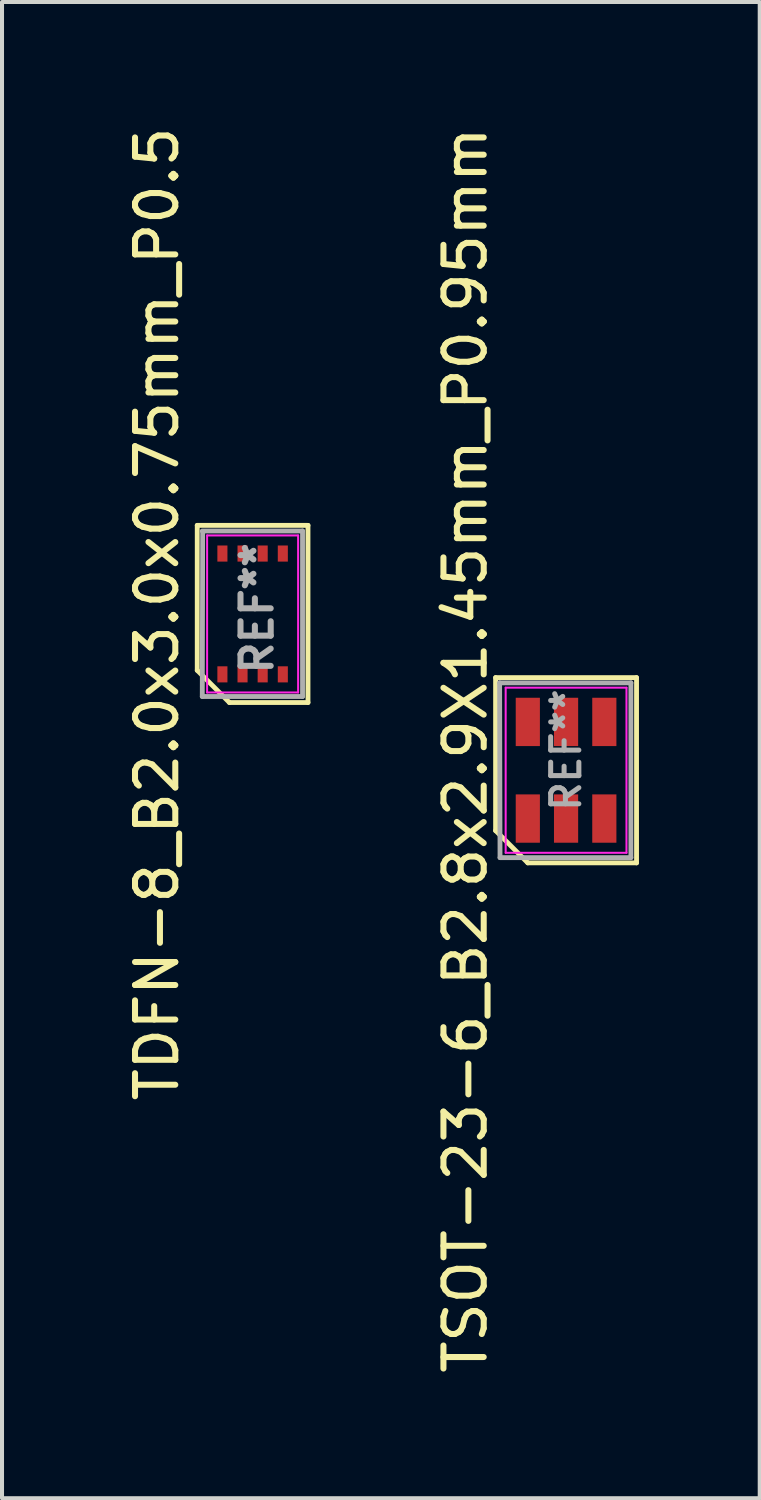
<source format=kicad_pcb>
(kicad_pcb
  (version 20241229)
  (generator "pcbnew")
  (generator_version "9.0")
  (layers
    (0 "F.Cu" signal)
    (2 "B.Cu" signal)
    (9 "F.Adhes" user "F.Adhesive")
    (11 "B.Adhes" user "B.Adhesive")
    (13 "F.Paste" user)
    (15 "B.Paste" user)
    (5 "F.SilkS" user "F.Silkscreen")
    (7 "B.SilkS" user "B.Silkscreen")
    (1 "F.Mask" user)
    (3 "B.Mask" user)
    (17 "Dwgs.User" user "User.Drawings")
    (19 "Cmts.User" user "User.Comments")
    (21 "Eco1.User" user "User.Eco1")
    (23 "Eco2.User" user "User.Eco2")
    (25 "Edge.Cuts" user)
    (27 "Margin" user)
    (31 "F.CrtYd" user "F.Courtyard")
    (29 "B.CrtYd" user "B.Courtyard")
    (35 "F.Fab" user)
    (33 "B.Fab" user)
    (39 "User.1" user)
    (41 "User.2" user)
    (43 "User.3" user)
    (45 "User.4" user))
  (footprint "TSOT-23-6_B2.8x2.9X1.45mm_P0.95mm"
    (layer "F.Cu")
    (at 11.007 16.077)
    (property "Reference" "TSOT-23-6_B2.8x2.9X1.45mm_P0.95mm" (at -2.5 -0.5 270) (layer "F.SilkS") (effects (font (size 1 1) (thickness 0.15))))
    (attr smd)
    (fp_line (start -1.75 -2.3) (end 1.75 -2.3) (stroke (width 0.12) (type solid)) (layer "F.SilkS"))
    (fp_line (start -1.75 1.5) (end -1.75 -2.3) (stroke (width 0.12) (type solid)) (layer "F.SilkS"))
    (fp_line (start -0.95 2.3) (end -1.75 1.5) (stroke (width 0.12) (type solid)) (layer "F.SilkS"))
    (fp_line (start 1.75 -2.3) (end 1.75 2.3) (stroke (width 0.12) (type solid)) (layer "F.SilkS"))
    (fp_line (start 1.75 2.3) (end -0.95 2.3) (stroke (width 0.12) (type solid)) (layer "F.SilkS"))
    (fp_line (start -1.5 -2.05) (end 1.5 -2.05) (stroke (width 0.05) (type solid)) (layer "F.CrtYd"))
    (fp_line (start -1.5 2.05) (end -1.5 -2.05) (stroke (width 0.05) (type solid)) (layer "F.CrtYd"))
    (fp_line (start 1.5 -2.05) (end 1.5 2.05) (stroke (width 0.05) (type solid)) (layer "F.CrtYd"))
    (fp_line (start 1.5 2.05) (end -1.5 2.05) (stroke (width 0.05) (type solid)) (layer "F.CrtYd"))
    (fp_line (start -1.65 -2.17) (end 1.61 -2.17) (stroke (width 0.12) (type solid)) (layer "F.Fab"))
    (fp_line (start -1.64 2.17) (end -1.65 -2.17) (stroke (width 0.12) (type solid)) (layer "F.Fab"))
    (fp_line (start 1.61 -2.17) (end 1.61 2.17) (stroke (width 0.12) (type solid)) (layer "F.Fab"))
    (fp_line (start 1.61 2.17) (end -1.64 2.17) (stroke (width 0.12) (type solid)) (layer "F.Fab"))
    (fp_text user "REF**" (at 0 -0.5 90) (layer "F.Fab") (effects (font (size 0.7 0.7) (thickness 0.125))))
    (pad "1" smd rect (at -0.95 1.2) (size 0.6 1.2) (layers "F.Cu" "F.Mask" "F.Paste"))
    (pad "2" smd rect (at 0 1.2) (size 0.6 1.2) (layers "F.Cu" "F.Mask" "F.Paste"))
    (pad "3" smd rect (at 0.95 1.2) (size 0.6 1.2) (layers "F.Cu" "F.Mask" "F.Paste"))
    (pad "4" smd rect (at 0.95 -1.2) (size 0.6 1.2) (layers "F.Cu" "F.Mask" "F.Paste"))
    (pad "5" smd rect (at 0 -1.2) (size 0.6 1.2) (layers "F.Cu" "F.Mask" "F.Paste"))
    (pad "6" smd rect (at -0.95 -1.2) (size 0.6 1.2) (layers "F.Cu" "F.Mask" "F.Paste")))
  (footprint "TDFN-8_B2.0x3.0x0.75mm_P0.5"
    (layer "F.Cu")
    (at 3.223 12.196)
    (property "Reference" "TDFN-8_B2.0x3.0x0.75mm_P0.5" (at -2.375 0 90) (layer "F.SilkS") (effects (font (size 1 1) (thickness 0.15))))
    (attr smd)
    (fp_line (start -1.375 -2.2) (end 1.375 -2.2) (stroke (width 0.12) (type solid)) (layer "F.SilkS"))
    (fp_line (start -1.375 1.4) (end -1.375 -2.2) (stroke (width 0.12) (type solid)) (layer "F.SilkS"))
    (fp_line (start -0.575 2.2) (end -1.375 1.4) (stroke (width 0.12) (type solid)) (layer "F.SilkS"))
    (fp_line (start 1.375 -2.2) (end 1.375 2.2) (stroke (width 0.12) (type solid)) (layer "F.SilkS"))
    (fp_line (start 1.375 2.2) (end -0.575 2.2) (stroke (width 0.12) (type solid)) (layer "F.SilkS"))
    (fp_line (start -1.13 -1.95) (end 1.13 -1.95) (stroke (width 0.05) (type solid)) (layer "F.CrtYd"))
    (fp_line (start -1.13 1.95) (end -1.13 -1.95) (stroke (width 0.05) (type solid)) (layer "F.CrtYd"))
    (fp_line (start 1.13 -1.95) (end 1.13 1.95) (stroke (width 0.05) (type solid)) (layer "F.CrtYd"))
    (fp_line (start 1.13 1.95) (end -1.13 1.95) (stroke (width 0.05) (type solid)) (layer "F.CrtYd"))
    (fp_line (start -1.25 -2.06) (end 1.24 -2.06) (stroke (width 0.12) (type solid)) (layer "F.Fab"))
    (fp_line (start -1.25 2.05) (end -1.24 -2.05) (stroke (width 0.12) (type solid)) (layer "F.Fab"))
    (fp_line (start 1.24 -2.06) (end 1.24 2.05) (stroke (width 0.12) (type solid)) (layer "F.Fab"))
    (fp_line (start 1.24 2.05) (end -1.25 2.05) (stroke (width 0.12) (type solid)) (layer "F.Fab"))
    (fp_text user "REF**" (at 0.11 -0.14 90) (layer "F.Fab") (effects (font (size 0.75 0.75) (thickness 0.15))))
    (pad "1" smd rect (at -0.75 1.5) (size 0.25 0.4) (layers "F.Cu" "F.Mask" "F.Paste"))
    (pad "2" smd rect (at -0.25 1.5) (size 0.25 0.4) (layers "F.Cu" "F.Mask" "F.Paste"))
    (pad "3" smd rect (at 0.25 1.5) (size 0.25 0.4) (layers "F.Cu" "F.Mask" "F.Paste"))
    (pad "4" smd rect (at 0.75 1.5) (size 0.25 0.4) (layers "F.Cu" "F.Mask" "F.Paste"))
    (pad "5" smd rect (at 0.75 -1.5) (size 0.25 0.4) (layers "F.Cu" "F.Mask" "F.Paste"))
    (pad "6" smd rect (at 0.25 -1.5) (size 0.25 0.4) (layers "F.Cu" "F.Mask" "F.Paste"))
    (pad "7" smd rect (at -0.25 -1.5) (size 0.25 0.4) (layers "F.Cu" "F.Mask" "F.Paste"))
    (pad "8" smd rect (at -0.75 -1.5) (size 0.25 0.4) (layers "F.Cu" "F.Mask" "F.Paste")))
  (gr_rect
    (start -3 -3)
    (end 15.816 34.155)
    (stroke (width 0.1) (type default))
    (fill no)
    (layer "Edge.Cuts")))
</source>
